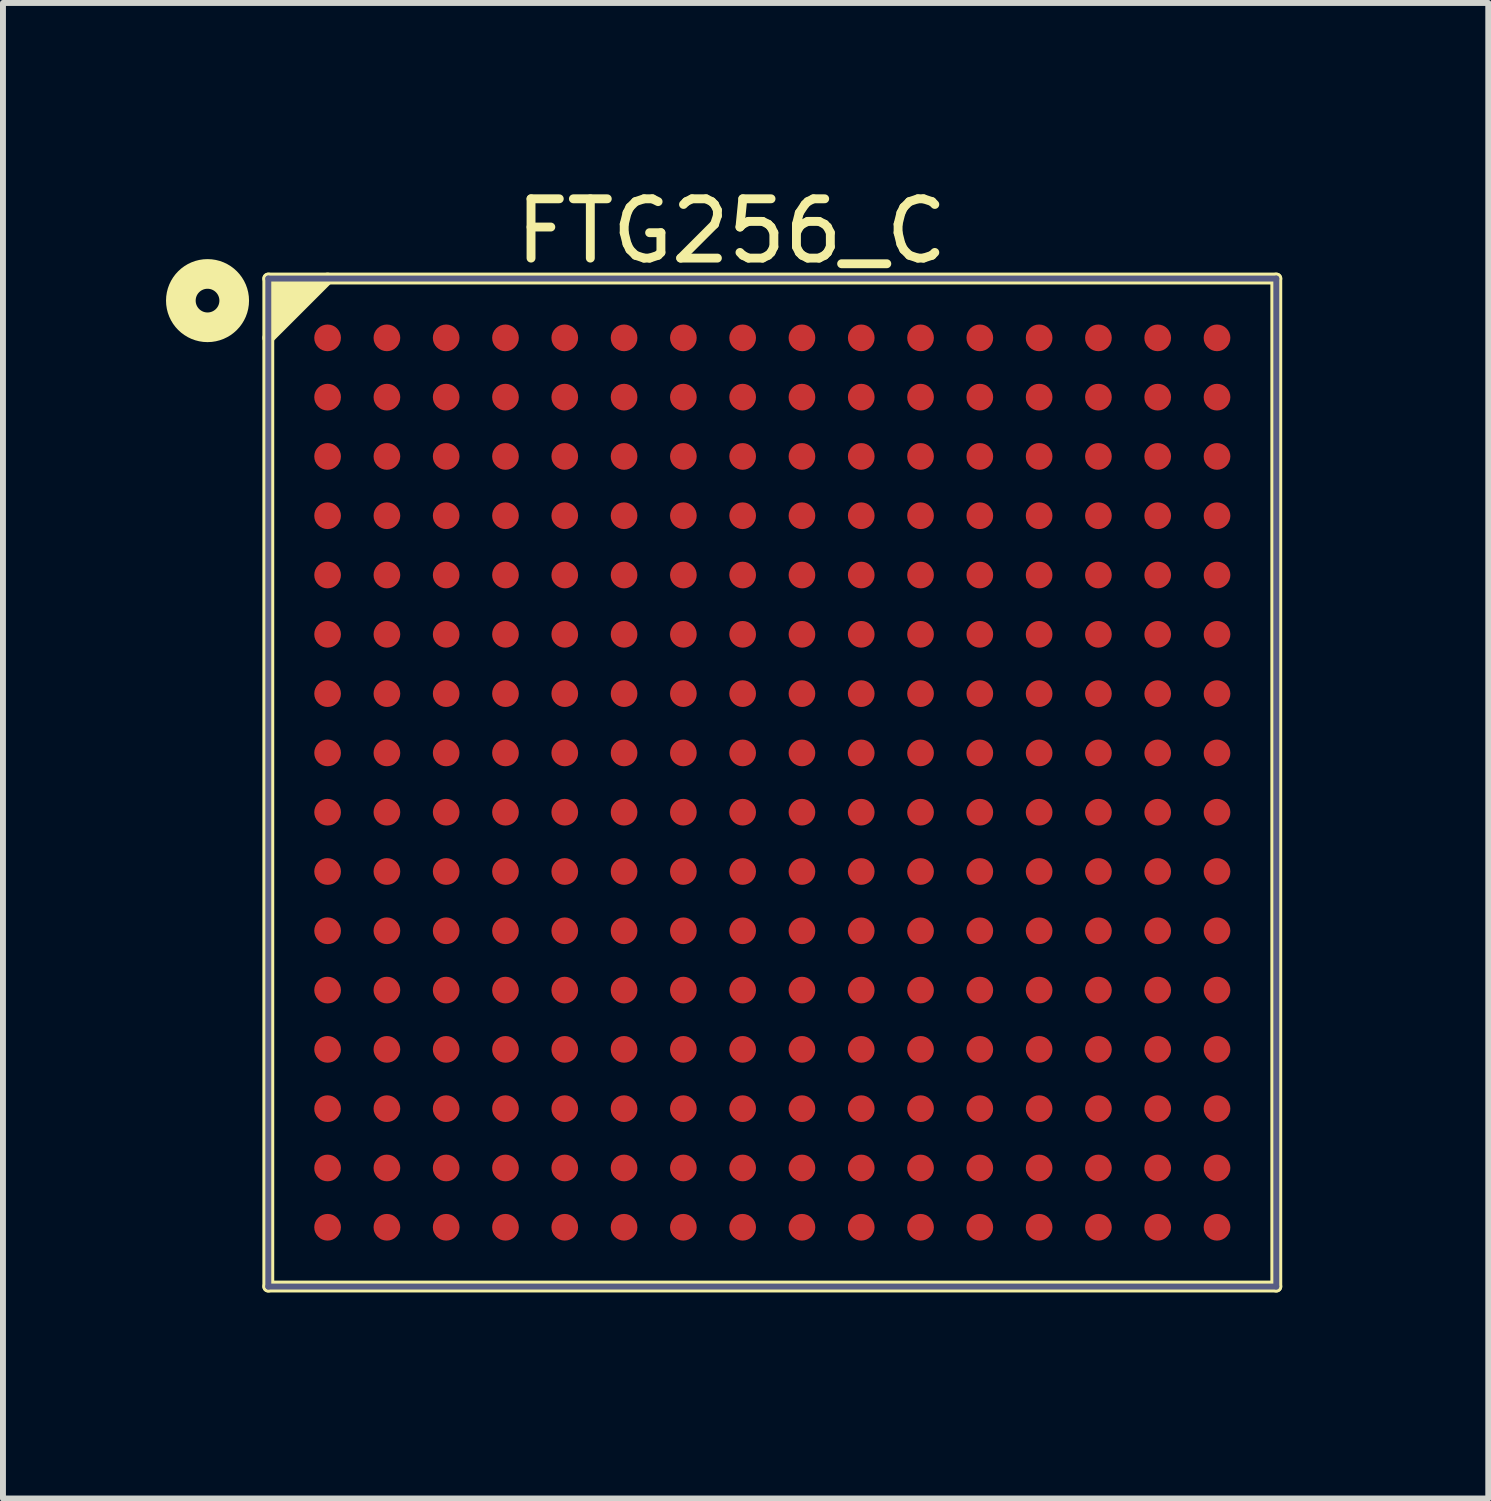
<source format=kicad_pcb>
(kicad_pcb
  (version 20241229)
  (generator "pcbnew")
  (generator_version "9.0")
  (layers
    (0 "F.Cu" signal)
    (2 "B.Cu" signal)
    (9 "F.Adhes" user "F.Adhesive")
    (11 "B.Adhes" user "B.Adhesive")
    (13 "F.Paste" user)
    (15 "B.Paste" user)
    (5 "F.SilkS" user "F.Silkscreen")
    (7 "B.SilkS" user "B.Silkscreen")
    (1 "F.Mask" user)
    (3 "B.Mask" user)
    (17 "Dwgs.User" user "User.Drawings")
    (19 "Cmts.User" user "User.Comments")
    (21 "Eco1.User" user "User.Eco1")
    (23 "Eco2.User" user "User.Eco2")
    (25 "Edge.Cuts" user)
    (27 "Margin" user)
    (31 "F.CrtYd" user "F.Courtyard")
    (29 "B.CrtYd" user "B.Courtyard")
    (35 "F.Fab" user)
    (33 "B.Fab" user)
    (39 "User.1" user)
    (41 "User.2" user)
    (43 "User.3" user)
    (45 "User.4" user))
  (footprint "FTG256_C"
    (layer "F.Cu")
    (at 9.975 10.148)
    (property "Reference" "FTG256_C" (at -0.688 -9.3 0) (layer "F.SilkS") (effects (font (size 1 1) (thickness 0.15))))
    (fp_line (start -8.5 -8.5) (end 8.5 -8.5) (stroke (width 0.2) (type solid)) (layer "F.SilkS"))
    (fp_line (start -8.5 -7.5) (end -7.5 -8.5) (stroke (width 0.2) (type solid)) (layer "F.SilkS"))
    (fp_line (start -8.5 8.5) (end -8.5 -8.5) (stroke (width 0.2) (type solid)) (layer "F.SilkS"))
    (fp_line (start -8.5 8.5) (end 8.5 8.5) (stroke (width 0.2) (type solid)) (layer "F.SilkS"))
    (fp_line (start 8.5 8.5) (end 8.5 -8.5) (stroke (width 0.2) (type solid)) (layer "F.SilkS"))
    (fp_circle (center -9.525 -8.128) (end -9.525 -8.328) (stroke (width 0.5) (type solid)) (fill no) (layer "F.SilkS"))
    (fp_poly (pts (xy -7.5 -8.5) (xy -8.5 -7.5) (xy -8.5 -8.5)) (stroke (width 0) (type default)) (fill yes) (layer "F.SilkS"))
    (fp_line (start -9 -9) (end 9 -9) (stroke (width 0.15) (type solid)) (layer "Eco2.User"))
    (fp_line (start -9 9) (end -9 -9) (stroke (width 0.15) (type solid)) (layer "Eco2.User"))
    (fp_line (start -9 9) (end 9 9) (stroke (width 0.15) (type solid)) (layer "Eco2.User"))
    (fp_line (start -0.5 0) (end 0.5 0) (stroke (width 0.1) (type solid)) (layer "Eco2.User"))
    (fp_line (start 0 0.5) (end 0 -0.5) (stroke (width 0.1) (type solid)) (layer "Eco2.User"))
    (fp_line (start 9 9) (end 9 -9) (stroke (width 0.15) (type solid)) (layer "Eco2.User"))
    (fp_line (start -8.5 -8.5) (end 8.5 -8.5) (stroke (width 0.1) (type solid)) (layer "B.Fab"))
    (fp_line (start -8.5 8.5) (end -8.5 -8.5) (stroke (width 0.1) (type solid)) (layer "B.Fab"))
    (fp_line (start -8.5 8.5) (end 8.5 8.5) (stroke (width 0.1) (type solid)) (layer "B.Fab"))
    (fp_line (start 8.5 8.5) (end 8.5 -8.5) (stroke (width 0.1) (type solid)) (layer "B.Fab"))
    (pad "A1" smd circle (at -7.5 -7.5) (size 0.45 0.45) (layers "F.Cu" "F.Mask" "F.Paste"))
    (pad "A2" smd circle (at -6.5 -7.5) (size 0.45 0.45) (layers "F.Cu" "F.Mask" "F.Paste"))
    (pad "A3" smd circle (at -5.5 -7.5) (size 0.45 0.45) (layers "F.Cu" "F.Mask" "F.Paste"))
    (pad "A4" smd circle (at -4.5 -7.5) (size 0.45 0.45) (layers "F.Cu" "F.Mask" "F.Paste"))
    (pad "A5" smd circle (at -3.5 -7.5) (size 0.45 0.45) (layers "F.Cu" "F.Mask" "F.Paste"))
    (pad "A6" smd circle (at -2.5 -7.5) (size 0.45 0.45) (layers "F.Cu" "F.Mask" "F.Paste"))
    (pad "A7" smd circle (at -1.5 -7.5) (size 0.45 0.45) (layers "F.Cu" "F.Mask" "F.Paste"))
    (pad "A8" smd circle (at -0.5 -7.5) (size 0.45 0.45) (layers "F.Cu" "F.Mask" "F.Paste"))
    (pad "A9" smd circle (at 0.5 -7.5) (size 0.45 0.45) (layers "F.Cu" "F.Mask" "F.Paste"))
    (pad "A10" smd circle (at 1.5 -7.5) (size 0.45 0.45) (layers "F.Cu" "F.Mask" "F.Paste"))
    (pad "A11" smd circle (at 2.5 -7.5) (size 0.45 0.45) (layers "F.Cu" "F.Mask" "F.Paste"))
    (pad "A12" smd circle (at 3.5 -7.5) (size 0.45 0.45) (layers "F.Cu" "F.Mask" "F.Paste"))
    (pad "A13" smd circle (at 4.5 -7.5) (size 0.45 0.45) (layers "F.Cu" "F.Mask" "F.Paste"))
    (pad "A14" smd circle (at 5.5 -7.5) (size 0.45 0.45) (layers "F.Cu" "F.Mask" "F.Paste"))
    (pad "A15" smd circle (at 6.5 -7.5) (size 0.45 0.45) (layers "F.Cu" "F.Mask" "F.Paste"))
    (pad "A16" smd circle (at 7.5 -7.5) (size 0.45 0.45) (layers "F.Cu" "F.Mask" "F.Paste"))
    (pad "B1" smd circle (at -7.5 -6.5) (size 0.45 0.45) (layers "F.Cu" "F.Mask" "F.Paste"))
    (pad "B2" smd circle (at -6.5 -6.5) (size 0.45 0.45) (layers "F.Cu" "F.Mask" "F.Paste"))
    (pad "B3" smd circle (at -5.5 -6.5) (size 0.45 0.45) (layers "F.Cu" "F.Mask" "F.Paste"))
    (pad "B4" smd circle (at -4.5 -6.5) (size 0.45 0.45) (layers "F.Cu" "F.Mask" "F.Paste"))
    (pad "B5" smd circle (at -3.5 -6.5) (size 0.45 0.45) (layers "F.Cu" "F.Mask" "F.Paste"))
    (pad "B6" smd circle (at -2.5 -6.5) (size 0.45 0.45) (layers "F.Cu" "F.Mask" "F.Paste"))
    (pad "B7" smd circle (at -1.5 -6.5) (size 0.45 0.45) (layers "F.Cu" "F.Mask" "F.Paste"))
    (pad "B8" smd circle (at -0.5 -6.5) (size 0.45 0.45) (layers "F.Cu" "F.Mask" "F.Paste"))
    (pad "B9" smd circle (at 0.5 -6.5) (size 0.45 0.45) (layers "F.Cu" "F.Mask" "F.Paste"))
    (pad "B10" smd circle (at 1.5 -6.5) (size 0.45 0.45) (layers "F.Cu" "F.Mask" "F.Paste"))
    (pad "B11" smd circle (at 2.5 -6.5) (size 0.45 0.45) (layers "F.Cu" "F.Mask" "F.Paste"))
    (pad "B12" smd circle (at 3.5 -6.5) (size 0.45 0.45) (layers "F.Cu" "F.Mask" "F.Paste"))
    (pad "B13" smd circle (at 4.5 -6.5) (size 0.45 0.45) (layers "F.Cu" "F.Mask" "F.Paste"))
    (pad "B14" smd circle (at 5.5 -6.5) (size 0.45 0.45) (layers "F.Cu" "F.Mask" "F.Paste"))
    (pad "B15" smd circle (at 6.5 -6.5) (size 0.45 0.45) (layers "F.Cu" "F.Mask" "F.Paste"))
    (pad "B16" smd circle (at 7.5 -6.5) (size 0.45 0.45) (layers "F.Cu" "F.Mask" "F.Paste"))
    (pad "C1" smd circle (at -7.5 -5.5) (size 0.45 0.45) (layers "F.Cu" "F.Mask" "F.Paste"))
    (pad "C2" smd circle (at -6.5 -5.5) (size 0.45 0.45) (layers "F.Cu" "F.Mask" "F.Paste"))
    (pad "C3" smd circle (at -5.5 -5.5) (size 0.45 0.45) (layers "F.Cu" "F.Mask" "F.Paste"))
    (pad "C4" smd circle (at -4.5 -5.5) (size 0.45 0.45) (layers "F.Cu" "F.Mask" "F.Paste"))
    (pad "C5" smd circle (at -3.5 -5.5) (size 0.45 0.45) (layers "F.Cu" "F.Mask" "F.Paste"))
    (pad "C6" smd circle (at -2.5 -5.5) (size 0.45 0.45) (layers "F.Cu" "F.Mask" "F.Paste"))
    (pad "C7" smd circle (at -1.5 -5.5) (size 0.45 0.45) (layers "F.Cu" "F.Mask" "F.Paste"))
    (pad "C8" smd circle (at -0.5 -5.5) (size 0.45 0.45) (layers "F.Cu" "F.Mask" "F.Paste"))
    (pad "C9" smd circle (at 0.5 -5.5) (size 0.45 0.45) (layers "F.Cu" "F.Mask" "F.Paste"))
    (pad "C10" smd circle (at 1.5 -5.5) (size 0.45 0.45) (layers "F.Cu" "F.Mask" "F.Paste"))
    (pad "C11" smd circle (at 2.5 -5.5) (size 0.45 0.45) (layers "F.Cu" "F.Mask" "F.Paste"))
    (pad "C12" smd circle (at 3.5 -5.5) (size 0.45 0.45) (layers "F.Cu" "F.Mask" "F.Paste"))
    (pad "C13" smd circle (at 4.5 -5.5) (size 0.45 0.45) (layers "F.Cu" "F.Mask" "F.Paste"))
    (pad "C14" smd circle (at 5.5 -5.5) (size 0.45 0.45) (layers "F.Cu" "F.Mask" "F.Paste"))
    (pad "C15" smd circle (at 6.5 -5.5) (size 0.45 0.45) (layers "F.Cu" "F.Mask" "F.Paste"))
    (pad "C16" smd circle (at 7.5 -5.5) (size 0.45 0.45) (layers "F.Cu" "F.Mask" "F.Paste"))
    (pad "D1" smd circle (at -7.5 -4.5) (size 0.45 0.45) (layers "F.Cu" "F.Mask" "F.Paste"))
    (pad "D2" smd circle (at -6.5 -4.5) (size 0.45 0.45) (layers "F.Cu" "F.Mask" "F.Paste"))
    (pad "D3" smd circle (at -5.5 -4.5) (size 0.45 0.45) (layers "F.Cu" "F.Mask" "F.Paste"))
    (pad "D4" smd circle (at -4.5 -4.5) (size 0.45 0.45) (layers "F.Cu" "F.Mask" "F.Paste"))
    (pad "D5" smd circle (at -3.5 -4.5) (size 0.45 0.45) (layers "F.Cu" "F.Mask" "F.Paste"))
    (pad "D6" smd circle (at -2.5 -4.5) (size 0.45 0.45) (layers "F.Cu" "F.Mask" "F.Paste"))
    (pad "D7" smd circle (at -1.5 -4.5) (size 0.45 0.45) (layers "F.Cu" "F.Mask" "F.Paste"))
    (pad "D8" smd circle (at -0.5 -4.5) (size 0.45 0.45) (layers "F.Cu" "F.Mask" "F.Paste"))
    (pad "D9" smd circle (at 0.5 -4.5) (size 0.45 0.45) (layers "F.Cu" "F.Mask" "F.Paste"))
    (pad "D10" smd circle (at 1.5 -4.5) (size 0.45 0.45) (layers "F.Cu" "F.Mask" "F.Paste"))
    (pad "D11" smd circle (at 2.5 -4.5) (size 0.45 0.45) (layers "F.Cu" "F.Mask" "F.Paste"))
    (pad "D12" smd circle (at 3.5 -4.5) (size 0.45 0.45) (layers "F.Cu" "F.Mask" "F.Paste"))
    (pad "D13" smd circle (at 4.5 -4.5) (size 0.45 0.45) (layers "F.Cu" "F.Mask" "F.Paste"))
    (pad "D14" smd circle (at 5.5 -4.5) (size 0.45 0.45) (layers "F.Cu" "F.Mask" "F.Paste"))
    (pad "D15" smd circle (at 6.5 -4.5) (size 0.45 0.45) (layers "F.Cu" "F.Mask" "F.Paste"))
    (pad "D16" smd circle (at 7.5 -4.5) (size 0.45 0.45) (layers "F.Cu" "F.Mask" "F.Paste"))
    (pad "E1" smd circle (at -7.5 -3.5) (size 0.45 0.45) (layers "F.Cu" "F.Mask" "F.Paste"))
    (pad "E2" smd circle (at -6.5 -3.5) (size 0.45 0.45) (layers "F.Cu" "F.Mask" "F.Paste"))
    (pad "E3" smd circle (at -5.5 -3.5) (size 0.45 0.45) (layers "F.Cu" "F.Mask" "F.Paste"))
    (pad "E4" smd circle (at -4.5 -3.5) (size 0.45 0.45) (layers "F.Cu" "F.Mask" "F.Paste"))
    (pad "E5" smd circle (at -3.5 -3.5) (size 0.45 0.45) (layers "F.Cu" "F.Mask" "F.Paste"))
    (pad "E6" smd circle (at -2.5 -3.5) (size 0.45 0.45) (layers "F.Cu" "F.Mask" "F.Paste"))
    (pad "E7" smd circle (at -1.5 -3.5) (size 0.45 0.45) (layers "F.Cu" "F.Mask" "F.Paste"))
    (pad "E8" smd circle (at -0.5 -3.5) (size 0.45 0.45) (layers "F.Cu" "F.Mask" "F.Paste"))
    (pad "E9" smd circle (at 0.5 -3.5) (size 0.45 0.45) (layers "F.Cu" "F.Mask" "F.Paste"))
    (pad "E10" smd circle (at 1.5 -3.5) (size 0.45 0.45) (layers "F.Cu" "F.Mask" "F.Paste"))
    (pad "E11" smd circle (at 2.5 -3.5) (size 0.45 0.45) (layers "F.Cu" "F.Mask" "F.Paste"))
    (pad "E12" smd circle (at 3.5 -3.5) (size 0.45 0.45) (layers "F.Cu" "F.Mask" "F.Paste"))
    (pad "E13" smd circle (at 4.5 -3.5) (size 0.45 0.45) (layers "F.Cu" "F.Mask" "F.Paste"))
    (pad "E14" smd circle (at 5.5 -3.5) (size 0.45 0.45) (layers "F.Cu" "F.Mask" "F.Paste"))
    (pad "E15" smd circle (at 6.5 -3.5) (size 0.45 0.45) (layers "F.Cu" "F.Mask" "F.Paste"))
    (pad "E16" smd circle (at 7.5 -3.5) (size 0.45 0.45) (layers "F.Cu" "F.Mask" "F.Paste"))
    (pad "F1" smd circle (at -7.5 -2.5) (size 0.45 0.45) (layers "F.Cu" "F.Mask" "F.Paste"))
    (pad "F2" smd circle (at -6.5 -2.5) (size 0.45 0.45) (layers "F.Cu" "F.Mask" "F.Paste"))
    (pad "F3" smd circle (at -5.5 -2.5) (size 0.45 0.45) (layers "F.Cu" "F.Mask" "F.Paste"))
    (pad "F4" smd circle (at -4.5 -2.5) (size 0.45 0.45) (layers "F.Cu" "F.Mask" "F.Paste"))
    (pad "F5" smd circle (at -3.5 -2.5) (size 0.45 0.45) (layers "F.Cu" "F.Mask" "F.Paste"))
    (pad "F6" smd circle (at -2.5 -2.5) (size 0.45 0.45) (layers "F.Cu" "F.Mask" "F.Paste"))
    (pad "F7" smd circle (at -1.5 -2.5) (size 0.45 0.45) (layers "F.Cu" "F.Mask" "F.Paste"))
    (pad "F8" smd circle (at -0.5 -2.5) (size 0.45 0.45) (layers "F.Cu" "F.Mask" "F.Paste"))
    (pad "F9" smd circle (at 0.5 -2.5) (size 0.45 0.45) (layers "F.Cu" "F.Mask" "F.Paste"))
    (pad "F10" smd circle (at 1.5 -2.5) (size 0.45 0.45) (layers "F.Cu" "F.Mask" "F.Paste"))
    (pad "F11" smd circle (at 2.5 -2.5) (size 0.45 0.45) (layers "F.Cu" "F.Mask" "F.Paste"))
    (pad "F12" smd circle (at 3.5 -2.5) (size 0.45 0.45) (layers "F.Cu" "F.Mask" "F.Paste"))
    (pad "F13" smd circle (at 4.5 -2.5) (size 0.45 0.45) (layers "F.Cu" "F.Mask" "F.Paste"))
    (pad "F14" smd circle (at 5.5 -2.5) (size 0.45 0.45) (layers "F.Cu" "F.Mask" "F.Paste"))
    (pad "F15" smd circle (at 6.5 -2.5) (size 0.45 0.45) (layers "F.Cu" "F.Mask" "F.Paste"))
    (pad "F16" smd circle (at 7.5 -2.5) (size 0.45 0.45) (layers "F.Cu" "F.Mask" "F.Paste"))
    (pad "G1" smd circle (at -7.5 -1.5) (size 0.45 0.45) (layers "F.Cu" "F.Mask" "F.Paste"))
    (pad "G2" smd circle (at -6.5 -1.5) (size 0.45 0.45) (layers "F.Cu" "F.Mask" "F.Paste"))
    (pad "G3" smd circle (at -5.5 -1.5) (size 0.45 0.45) (layers "F.Cu" "F.Mask" "F.Paste"))
    (pad "G4" smd circle (at -4.5 -1.5) (size 0.45 0.45) (layers "F.Cu" "F.Mask" "F.Paste"))
    (pad "G5" smd circle (at -3.5 -1.5) (size 0.45 0.45) (layers "F.Cu" "F.Mask" "F.Paste"))
    (pad "G6" smd circle (at -2.5 -1.5) (size 0.45 0.45) (layers "F.Cu" "F.Mask" "F.Paste"))
    (pad "G7" smd circle (at -1.5 -1.5) (size 0.45 0.45) (layers "F.Cu" "F.Mask" "F.Paste"))
    (pad "G8" smd circle (at -0.5 -1.5) (size 0.45 0.45) (layers "F.Cu" "F.Mask" "F.Paste"))
    (pad "G9" smd circle (at 0.5 -1.5) (size 0.45 0.45) (layers "F.Cu" "F.Mask" "F.Paste"))
    (pad "G10" smd circle (at 1.5 -1.5) (size 0.45 0.45) (layers "F.Cu" "F.Mask" "F.Paste"))
    (pad "G11" smd circle (at 2.5 -1.5) (size 0.45 0.45) (layers "F.Cu" "F.Mask" "F.Paste"))
    (pad "G12" smd circle (at 3.5 -1.5) (size 0.45 0.45) (layers "F.Cu" "F.Mask" "F.Paste"))
    (pad "G13" smd circle (at 4.5 -1.5) (size 0.45 0.45) (layers "F.Cu" "F.Mask" "F.Paste"))
    (pad "G14" smd circle (at 5.5 -1.5) (size 0.45 0.45) (layers "F.Cu" "F.Mask" "F.Paste"))
    (pad "G15" smd circle (at 6.5 -1.5) (size 0.45 0.45) (layers "F.Cu" "F.Mask" "F.Paste"))
    (pad "G16" smd circle (at 7.5 -1.5) (size 0.45 0.45) (layers "F.Cu" "F.Mask" "F.Paste"))
    (pad "H1" smd circle (at -7.5 -0.5) (size 0.45 0.45) (layers "F.Cu" "F.Mask" "F.Paste"))
    (pad "H2" smd circle (at -6.5 -0.5) (size 0.45 0.45) (layers "F.Cu" "F.Mask" "F.Paste"))
    (pad "H3" smd circle (at -5.5 -0.5) (size 0.45 0.45) (layers "F.Cu" "F.Mask" "F.Paste"))
    (pad "H4" smd circle (at -4.5 -0.5) (size 0.45 0.45) (layers "F.Cu" "F.Mask" "F.Paste"))
    (pad "H5" smd circle (at -3.5 -0.5) (size 0.45 0.45) (layers "F.Cu" "F.Mask" "F.Paste"))
    (pad "H6" smd circle (at -2.5 -0.5) (size 0.45 0.45) (layers "F.Cu" "F.Mask" "F.Paste"))
    (pad "H7" smd circle (at -1.5 -0.5) (size 0.45 0.45) (layers "F.Cu" "F.Mask" "F.Paste"))
    (pad "H8" smd circle (at -0.5 -0.5) (size 0.45 0.45) (layers "F.Cu" "F.Mask" "F.Paste"))
    (pad "H9" smd circle (at 0.5 -0.5) (size 0.45 0.45) (layers "F.Cu" "F.Mask" "F.Paste"))
    (pad "H10" smd circle (at 1.5 -0.5) (size 0.45 0.45) (layers "F.Cu" "F.Mask" "F.Paste"))
    (pad "H11" smd circle (at 2.5 -0.5) (size 0.45 0.45) (layers "F.Cu" "F.Mask" "F.Paste"))
    (pad "H12" smd circle (at 3.5 -0.5) (size 0.45 0.45) (layers "F.Cu" "F.Mask" "F.Paste"))
    (pad "H13" smd circle (at 4.5 -0.5) (size 0.45 0.45) (layers "F.Cu" "F.Mask" "F.Paste"))
    (pad "H14" smd circle (at 5.5 -0.5) (size 0.45 0.45) (layers "F.Cu" "F.Mask" "F.Paste"))
    (pad "H15" smd circle (at 6.5 -0.5) (size 0.45 0.45) (layers "F.Cu" "F.Mask" "F.Paste"))
    (pad "H16" smd circle (at 7.5 -0.5) (size 0.45 0.45) (layers "F.Cu" "F.Mask" "F.Paste"))
    (pad "J1" smd circle (at -7.5 0.5) (size 0.45 0.45) (layers "F.Cu" "F.Mask" "F.Paste"))
    (pad "J2" smd circle (at -6.5 0.5) (size 0.45 0.45) (layers "F.Cu" "F.Mask" "F.Paste"))
    (pad "J3" smd circle (at -5.5 0.5) (size 0.45 0.45) (layers "F.Cu" "F.Mask" "F.Paste"))
    (pad "J4" smd circle (at -4.5 0.5) (size 0.45 0.45) (layers "F.Cu" "F.Mask" "F.Paste"))
    (pad "J5" smd circle (at -3.5 0.5) (size 0.45 0.45) (layers "F.Cu" "F.Mask" "F.Paste"))
    (pad "J6" smd circle (at -2.5 0.5) (size 0.45 0.45) (layers "F.Cu" "F.Mask" "F.Paste"))
    (pad "J7" smd circle (at -1.5 0.5) (size 0.45 0.45) (layers "F.Cu" "F.Mask" "F.Paste"))
    (pad "J8" smd circle (at -0.5 0.5) (size 0.45 0.45) (layers "F.Cu" "F.Mask" "F.Paste"))
    (pad "J9" smd circle (at 0.5 0.5) (size 0.45 0.45) (layers "F.Cu" "F.Mask" "F.Paste"))
    (pad "J10" smd circle (at 1.5 0.5) (size 0.45 0.45) (layers "F.Cu" "F.Mask" "F.Paste"))
    (pad "J11" smd circle (at 2.5 0.5) (size 0.45 0.45) (layers "F.Cu" "F.Mask" "F.Paste"))
    (pad "J12" smd circle (at 3.5 0.5) (size 0.45 0.45) (layers "F.Cu" "F.Mask" "F.Paste"))
    (pad "J13" smd circle (at 4.5 0.5) (size 0.45 0.45) (layers "F.Cu" "F.Mask" "F.Paste"))
    (pad "J14" smd circle (at 5.5 0.5) (size 0.45 0.45) (layers "F.Cu" "F.Mask" "F.Paste"))
    (pad "J15" smd circle (at 6.5 0.5) (size 0.45 0.45) (layers "F.Cu" "F.Mask" "F.Paste"))
    (pad "J16" smd circle (at 7.5 0.5) (size 0.45 0.45) (layers "F.Cu" "F.Mask" "F.Paste"))
    (pad "K1" smd circle (at -7.5 1.5) (size 0.45 0.45) (layers "F.Cu" "F.Mask" "F.Paste"))
    (pad "K2" smd circle (at -6.5 1.5) (size 0.45 0.45) (layers "F.Cu" "F.Mask" "F.Paste"))
    (pad "K3" smd circle (at -5.5 1.5) (size 0.45 0.45) (layers "F.Cu" "F.Mask" "F.Paste"))
    (pad "K4" smd circle (at -4.5 1.5) (size 0.45 0.45) (layers "F.Cu" "F.Mask" "F.Paste"))
    (pad "K5" smd circle (at -3.5 1.5) (size 0.45 0.45) (layers "F.Cu" "F.Mask" "F.Paste"))
    (pad "K6" smd circle (at -2.5 1.5) (size 0.45 0.45) (layers "F.Cu" "F.Mask" "F.Paste"))
    (pad "K7" smd circle (at -1.5 1.5) (size 0.45 0.45) (layers "F.Cu" "F.Mask" "F.Paste"))
    (pad "K8" smd circle (at -0.5 1.5) (size 0.45 0.45) (layers "F.Cu" "F.Mask" "F.Paste"))
    (pad "K9" smd circle (at 0.5 1.5) (size 0.45 0.45) (layers "F.Cu" "F.Mask" "F.Paste"))
    (pad "K10" smd circle (at 1.5 1.5) (size 0.45 0.45) (layers "F.Cu" "F.Mask" "F.Paste"))
    (pad "K11" smd circle (at 2.5 1.5) (size 0.45 0.45) (layers "F.Cu" "F.Mask" "F.Paste"))
    (pad "K12" smd circle (at 3.5 1.5) (size 0.45 0.45) (layers "F.Cu" "F.Mask" "F.Paste"))
    (pad "K13" smd circle (at 4.5 1.5) (size 0.45 0.45) (layers "F.Cu" "F.Mask" "F.Paste"))
    (pad "K14" smd circle (at 5.5 1.5) (size 0.45 0.45) (layers "F.Cu" "F.Mask" "F.Paste"))
    (pad "K15" smd circle (at 6.5 1.5) (size 0.45 0.45) (layers "F.Cu" "F.Mask" "F.Paste"))
    (pad "K16" smd circle (at 7.5 1.5) (size 0.45 0.45) (layers "F.Cu" "F.Mask" "F.Paste"))
    (pad "L1" smd circle (at -7.5 2.5) (size 0.45 0.45) (layers "F.Cu" "F.Mask" "F.Paste"))
    (pad "L2" smd circle (at -6.5 2.5) (size 0.45 0.45) (layers "F.Cu" "F.Mask" "F.Paste"))
    (pad "L3" smd circle (at -5.5 2.5) (size 0.45 0.45) (layers "F.Cu" "F.Mask" "F.Paste"))
    (pad "L4" smd circle (at -4.5 2.5) (size 0.45 0.45) (layers "F.Cu" "F.Mask" "F.Paste"))
    (pad "L5" smd circle (at -3.5 2.5) (size 0.45 0.45) (layers "F.Cu" "F.Mask" "F.Paste"))
    (pad "L6" smd circle (at -2.5 2.5) (size 0.45 0.45) (layers "F.Cu" "F.Mask" "F.Paste"))
    (pad "L7" smd circle (at -1.5 2.5) (size 0.45 0.45) (layers "F.Cu" "F.Mask" "F.Paste"))
    (pad "L8" smd circle (at -0.5 2.5) (size 0.45 0.45) (layers "F.Cu" "F.Mask" "F.Paste"))
    (pad "L9" smd circle (at 0.5 2.5) (size 0.45 0.45) (layers "F.Cu" "F.Mask" "F.Paste"))
    (pad "L10" smd circle (at 1.5 2.5) (size 0.45 0.45) (layers "F.Cu" "F.Mask" "F.Paste"))
    (pad "L11" smd circle (at 2.5 2.5) (size 0.45 0.45) (layers "F.Cu" "F.Mask" "F.Paste"))
    (pad "L12" smd circle (at 3.5 2.5) (size 0.45 0.45) (layers "F.Cu" "F.Mask" "F.Paste"))
    (pad "L13" smd circle (at 4.5 2.5) (size 0.45 0.45) (layers "F.Cu" "F.Mask" "F.Paste"))
    (pad "L14" smd circle (at 5.5 2.5) (size 0.45 0.45) (layers "F.Cu" "F.Mask" "F.Paste"))
    (pad "L15" smd circle (at 6.5 2.5) (size 0.45 0.45) (layers "F.Cu" "F.Mask" "F.Paste"))
    (pad "L16" smd circle (at 7.5 2.5) (size 0.45 0.45) (layers "F.Cu" "F.Mask" "F.Paste"))
    (pad "M1" smd circle (at -7.5 3.5) (size 0.45 0.45) (layers "F.Cu" "F.Mask" "F.Paste"))
    (pad "M2" smd circle (at -6.5 3.5) (size 0.45 0.45) (layers "F.Cu" "F.Mask" "F.Paste"))
    (pad "M3" smd circle (at -5.5 3.5) (size 0.45 0.45) (layers "F.Cu" "F.Mask" "F.Paste"))
    (pad "M4" smd circle (at -4.5 3.5) (size 0.45 0.45) (layers "F.Cu" "F.Mask" "F.Paste"))
    (pad "M5" smd circle (at -3.5 3.5) (size 0.45 0.45) (layers "F.Cu" "F.Mask" "F.Paste"))
    (pad "M6" smd circle (at -2.5 3.5) (size 0.45 0.45) (layers "F.Cu" "F.Mask" "F.Paste"))
    (pad "M7" smd circle (at -1.5 3.5) (size 0.45 0.45) (layers "F.Cu" "F.Mask" "F.Paste"))
    (pad "M8" smd circle (at -0.5 3.5) (size 0.45 0.45) (layers "F.Cu" "F.Mask" "F.Paste"))
    (pad "M9" smd circle (at 0.5 3.5) (size 0.45 0.45) (layers "F.Cu" "F.Mask" "F.Paste"))
    (pad "M10" smd circle (at 1.5 3.5) (size 0.45 0.45) (layers "F.Cu" "F.Mask" "F.Paste"))
    (pad "M11" smd circle (at 2.5 3.5) (size 0.45 0.45) (layers "F.Cu" "F.Mask" "F.Paste"))
    (pad "M12" smd circle (at 3.5 3.5) (size 0.45 0.45) (layers "F.Cu" "F.Mask" "F.Paste"))
    (pad "M13" smd circle (at 4.5 3.5) (size 0.45 0.45) (layers "F.Cu" "F.Mask" "F.Paste"))
    (pad "M14" smd circle (at 5.5 3.5) (size 0.45 0.45) (layers "F.Cu" "F.Mask" "F.Paste"))
    (pad "M15" smd circle (at 6.5 3.5) (size 0.45 0.45) (layers "F.Cu" "F.Mask" "F.Paste"))
    (pad "M16" smd circle (at 7.5 3.5) (size 0.45 0.45) (layers "F.Cu" "F.Mask" "F.Paste"))
    (pad "N1" smd circle (at -7.5 4.5) (size 0.45 0.45) (layers "F.Cu" "F.Mask" "F.Paste"))
    (pad "N2" smd circle (at -6.5 4.5) (size 0.45 0.45) (layers "F.Cu" "F.Mask" "F.Paste"))
    (pad "N3" smd circle (at -5.5 4.5) (size 0.45 0.45) (layers "F.Cu" "F.Mask" "F.Paste"))
    (pad "N4" smd circle (at -4.5 4.5) (size 0.45 0.45) (layers "F.Cu" "F.Mask" "F.Paste"))
    (pad "N5" smd circle (at -3.5 4.5) (size 0.45 0.45) (layers "F.Cu" "F.Mask" "F.Paste"))
    (pad "N6" smd circle (at -2.5 4.5) (size 0.45 0.45) (layers "F.Cu" "F.Mask" "F.Paste"))
    (pad "N7" smd circle (at -1.5 4.5) (size 0.45 0.45) (layers "F.Cu" "F.Mask" "F.Paste"))
    (pad "N8" smd circle (at -0.5 4.5) (size 0.45 0.45) (layers "F.Cu" "F.Mask" "F.Paste"))
    (pad "N9" smd circle (at 0.5 4.5) (size 0.45 0.45) (layers "F.Cu" "F.Mask" "F.Paste"))
    (pad "N10" smd circle (at 1.5 4.5) (size 0.45 0.45) (layers "F.Cu" "F.Mask" "F.Paste"))
    (pad "N11" smd circle (at 2.5 4.5) (size 0.45 0.45) (layers "F.Cu" "F.Mask" "F.Paste"))
    (pad "N12" smd circle (at 3.5 4.5) (size 0.45 0.45) (layers "F.Cu" "F.Mask" "F.Paste"))
    (pad "N13" smd circle (at 4.5 4.5) (size 0.45 0.45) (layers "F.Cu" "F.Mask" "F.Paste"))
    (pad "N14" smd circle (at 5.5 4.5) (size 0.45 0.45) (layers "F.Cu" "F.Mask" "F.Paste"))
    (pad "N15" smd circle (at 6.5 4.5) (size 0.45 0.45) (layers "F.Cu" "F.Mask" "F.Paste"))
    (pad "N16" smd circle (at 7.5 4.5) (size 0.45 0.45) (layers "F.Cu" "F.Mask" "F.Paste"))
    (pad "P1" smd circle (at -7.5 5.5) (size 0.45 0.45) (layers "F.Cu" "F.Mask" "F.Paste"))
    (pad "P2" smd circle (at -6.5 5.5) (size 0.45 0.45) (layers "F.Cu" "F.Mask" "F.Paste"))
    (pad "P3" smd circle (at -5.5 5.5) (size 0.45 0.45) (layers "F.Cu" "F.Mask" "F.Paste"))
    (pad "P4" smd circle (at -4.5 5.5) (size 0.45 0.45) (layers "F.Cu" "F.Mask" "F.Paste"))
    (pad "P5" smd circle (at -3.5 5.5) (size 0.45 0.45) (layers "F.Cu" "F.Mask" "F.Paste"))
    (pad "P6" smd circle (at -2.5 5.5) (size 0.45 0.45) (layers "F.Cu" "F.Mask" "F.Paste"))
    (pad "P7" smd circle (at -1.5 5.5) (size 0.45 0.45) (layers "F.Cu" "F.Mask" "F.Paste"))
    (pad "P8" smd circle (at -0.5 5.5) (size 0.45 0.45) (layers "F.Cu" "F.Mask" "F.Paste"))
    (pad "P9" smd circle (at 0.5 5.5) (size 0.45 0.45) (layers "F.Cu" "F.Mask" "F.Paste"))
    (pad "P10" smd circle (at 1.5 5.5) (size 0.45 0.45) (layers "F.Cu" "F.Mask" "F.Paste"))
    (pad "P11" smd circle (at 2.5 5.5) (size 0.45 0.45) (layers "F.Cu" "F.Mask" "F.Paste"))
    (pad "P12" smd circle (at 3.5 5.5) (size 0.45 0.45) (layers "F.Cu" "F.Mask" "F.Paste"))
    (pad "P13" smd circle (at 4.5 5.5) (size 0.45 0.45) (layers "F.Cu" "F.Mask" "F.Paste"))
    (pad "P14" smd circle (at 5.5 5.5) (size 0.45 0.45) (layers "F.Cu" "F.Mask" "F.Paste"))
    (pad "P15" smd circle (at 6.5 5.5) (size 0.45 0.45) (layers "F.Cu" "F.Mask" "F.Paste"))
    (pad "P16" smd circle (at 7.5 5.5) (size 0.45 0.45) (layers "F.Cu" "F.Mask" "F.Paste"))
    (pad "R1" smd circle (at -7.5 6.5) (size 0.45 0.45) (layers "F.Cu" "F.Mask" "F.Paste"))
    (pad "R2" smd circle (at -6.5 6.5) (size 0.45 0.45) (layers "F.Cu" "F.Mask" "F.Paste"))
    (pad "R3" smd circle (at -5.5 6.5) (size 0.45 0.45) (layers "F.Cu" "F.Mask" "F.Paste"))
    (pad "R4" smd circle (at -4.5 6.5) (size 0.45 0.45) (layers "F.Cu" "F.Mask" "F.Paste"))
    (pad "R5" smd circle (at -3.5 6.5) (size 0.45 0.45) (layers "F.Cu" "F.Mask" "F.Paste"))
    (pad "R6" smd circle (at -2.5 6.5) (size 0.45 0.45) (layers "F.Cu" "F.Mask" "F.Paste"))
    (pad "R7" smd circle (at -1.5 6.5) (size 0.45 0.45) (layers "F.Cu" "F.Mask" "F.Paste"))
    (pad "R8" smd circle (at -0.5 6.5) (size 0.45 0.45) (layers "F.Cu" "F.Mask" "F.Paste"))
    (pad "R9" smd circle (at 0.5 6.5) (size 0.45 0.45) (layers "F.Cu" "F.Mask" "F.Paste"))
    (pad "R10" smd circle (at 1.5 6.5) (size 0.45 0.45) (layers "F.Cu" "F.Mask" "F.Paste"))
    (pad "R11" smd circle (at 2.5 6.5) (size 0.45 0.45) (layers "F.Cu" "F.Mask" "F.Paste"))
    (pad "R12" smd circle (at 3.5 6.5) (size 0.45 0.45) (layers "F.Cu" "F.Mask" "F.Paste"))
    (pad "R13" smd circle (at 4.5 6.5) (size 0.45 0.45) (layers "F.Cu" "F.Mask" "F.Paste"))
    (pad "R14" smd circle (at 5.5 6.5) (size 0.45 0.45) (layers "F.Cu" "F.Mask" "F.Paste"))
    (pad "R15" smd circle (at 6.5 6.5) (size 0.45 0.45) (layers "F.Cu" "F.Mask" "F.Paste"))
    (pad "R16" smd circle (at 7.5 6.5) (size 0.45 0.45) (layers "F.Cu" "F.Mask" "F.Paste"))
    (pad "T1" smd circle (at -7.5 7.5) (size 0.45 0.45) (layers "F.Cu" "F.Mask" "F.Paste"))
    (pad "T2" smd circle (at -6.5 7.5) (size 0.45 0.45) (layers "F.Cu" "F.Mask" "F.Paste"))
    (pad "T3" smd circle (at -5.5 7.5) (size 0.45 0.45) (layers "F.Cu" "F.Mask" "F.Paste"))
    (pad "T4" smd circle (at -4.5 7.5) (size 0.45 0.45) (layers "F.Cu" "F.Mask" "F.Paste"))
    (pad "T5" smd circle (at -3.5 7.5) (size 0.45 0.45) (layers "F.Cu" "F.Mask" "F.Paste"))
    (pad "T6" smd circle (at -2.5 7.5) (size 0.45 0.45) (layers "F.Cu" "F.Mask" "F.Paste"))
    (pad "T7" smd circle (at -1.5 7.5) (size 0.45 0.45) (layers "F.Cu" "F.Mask" "F.Paste"))
    (pad "T8" smd circle (at -0.5 7.5) (size 0.45 0.45) (layers "F.Cu" "F.Mask" "F.Paste"))
    (pad "T9" smd circle (at 0.5 7.5) (size 0.45 0.45) (layers "F.Cu" "F.Mask" "F.Paste"))
    (pad "T10" smd circle (at 1.5 7.5) (size 0.45 0.45) (layers "F.Cu" "F.Mask" "F.Paste"))
    (pad "T11" smd circle (at 2.5 7.5) (size 0.45 0.45) (layers "F.Cu" "F.Mask" "F.Paste"))
    (pad "T12" smd circle (at 3.5 7.5) (size 0.45 0.45) (layers "F.Cu" "F.Mask" "F.Paste"))
    (pad "T13" smd circle (at 4.5 7.5) (size 0.45 0.45) (layers "F.Cu" "F.Mask" "F.Paste"))
    (pad "T14" smd circle (at 5.5 7.5) (size 0.45 0.45) (layers "F.Cu" "F.Mask" "F.Paste"))
    (pad "T15" smd circle (at 6.5 7.5) (size 0.45 0.45) (layers "F.Cu" "F.Mask" "F.Paste"))
    (pad "T16" smd circle (at 7.5 7.5) (size 0.45 0.45) (layers "F.Cu" "F.Mask" "F.Paste")))
  (gr_rect
    (start -3 -3)
    (end 22.05 22.223)
    (stroke (width 0.1) (type default))
    (fill no)
    (layer "Edge.Cuts")))
</source>
